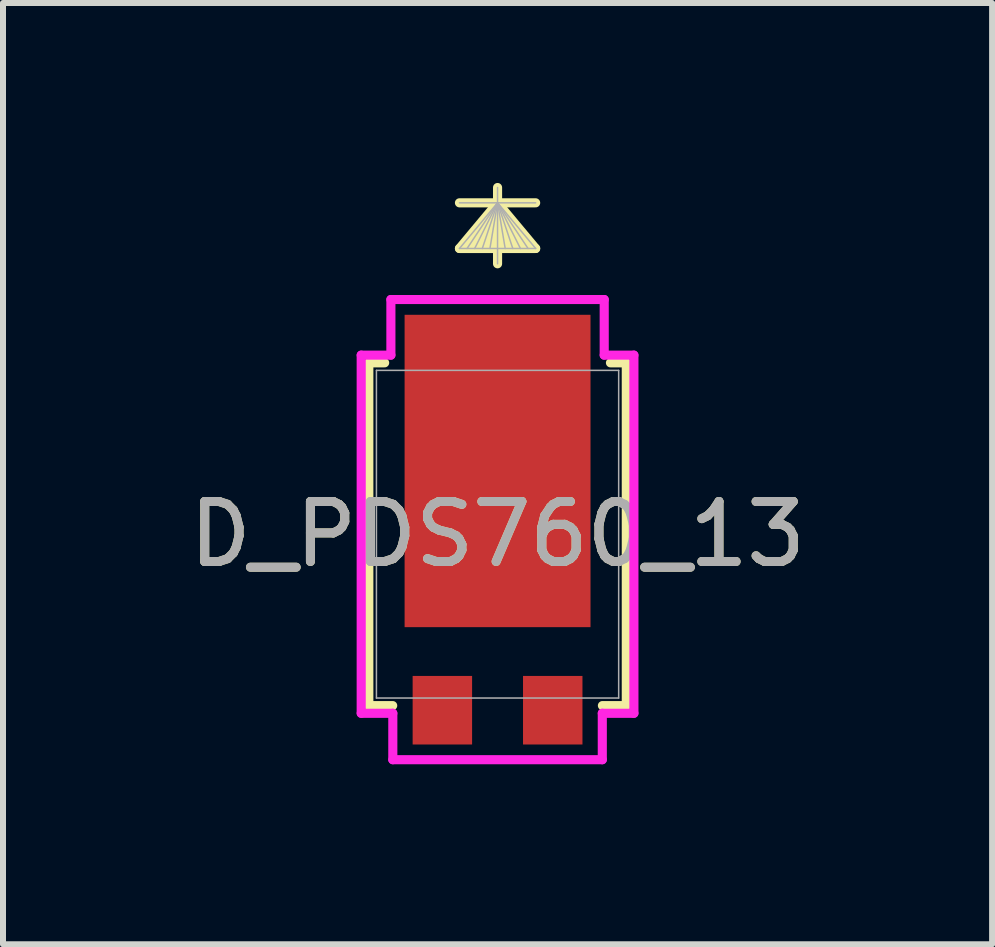
<source format=kicad_pcb>
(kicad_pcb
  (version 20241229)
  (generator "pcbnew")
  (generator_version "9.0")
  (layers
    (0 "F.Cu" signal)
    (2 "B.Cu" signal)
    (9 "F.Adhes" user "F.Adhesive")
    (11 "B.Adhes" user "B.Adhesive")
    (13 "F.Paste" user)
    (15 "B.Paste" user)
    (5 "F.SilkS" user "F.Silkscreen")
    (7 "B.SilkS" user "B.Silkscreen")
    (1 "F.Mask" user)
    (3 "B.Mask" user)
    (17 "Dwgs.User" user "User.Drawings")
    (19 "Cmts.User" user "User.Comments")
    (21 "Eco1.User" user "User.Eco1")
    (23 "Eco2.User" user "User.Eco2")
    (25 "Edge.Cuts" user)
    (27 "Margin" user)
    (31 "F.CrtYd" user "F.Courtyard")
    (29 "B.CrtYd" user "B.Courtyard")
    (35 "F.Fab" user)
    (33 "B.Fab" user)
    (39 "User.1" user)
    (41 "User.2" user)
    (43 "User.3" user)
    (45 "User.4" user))
  (footprint "D_PDS760_13"
    (layer "F.Cu")
    (at 5.244 5.855)
    (property "Reference" "D_PDS760_13" (at 0 0 0) (unlocked yes) (layer "F.SilkS") (effects (font (size 1 1) (thickness 0.15))))
    (attr smd)
    (fp_line (start -2.146 -2.857) (end -2.146 2.857) (stroke (width 0.152) (type solid)) (layer "F.SilkS"))
    (fp_line (start -2.146 2.857) (end -1.748 2.857) (stroke (width 0.152) (type solid)) (layer "F.SilkS"))
    (fp_line (start -1.882 -2.857) (end -2.146 -2.857) (stroke (width 0.152) (type solid)) (layer "F.SilkS"))
    (fp_line (start 0 -5.524) (end -0.635 -4.763) (stroke (width 0.152) (type solid)) (layer "F.SilkS"))
    (fp_line (start 0 -5.524) (end -0.508 -4.763) (stroke (width 0.152) (type solid)) (layer "F.SilkS"))
    (fp_line (start 0 -5.524) (end -0.381 -4.763) (stroke (width 0.152) (type solid)) (layer "F.SilkS"))
    (fp_line (start 0 -5.524) (end -0.254 -4.763) (stroke (width 0.152) (type solid)) (layer "F.SilkS"))
    (fp_line (start 0 -5.524) (end -0.127 -4.763) (stroke (width 0.152) (type solid)) (layer "F.SilkS"))
    (fp_line (start 0 -5.524) (end 0.127 -4.763) (stroke (width 0.152) (type solid)) (layer "F.SilkS"))
    (fp_line (start 0 -5.524) (end 0.254 -4.763) (stroke (width 0.152) (type solid)) (layer "F.SilkS"))
    (fp_line (start 0 -5.524) (end 0.381 -4.763) (stroke (width 0.152) (type solid)) (layer "F.SilkS"))
    (fp_line (start 0 -5.524) (end 0.508 -4.763) (stroke (width 0.152) (type solid)) (layer "F.SilkS"))
    (fp_line (start 0 -5.524) (end 0.635 -4.763) (stroke (width 0.152) (type solid)) (layer "F.SilkS"))
    (fp_line (start 0 -4.508) (end 0 -5.779) (stroke (width 0.152) (type solid)) (layer "F.SilkS"))
    (fp_line (start 0.635 -5.524) (end -0.635 -5.524) (stroke (width 0.152) (type solid)) (layer "F.SilkS"))
    (fp_line (start 0.635 -4.763) (end -0.635 -4.763) (stroke (width 0.152) (type solid)) (layer "F.SilkS"))
    (fp_line (start 1.748 2.857) (end 2.146 2.857) (stroke (width 0.152) (type solid)) (layer "F.SilkS"))
    (fp_line (start 2.146 -2.857) (end 1.882 -2.857) (stroke (width 0.152) (type solid)) (layer "F.SilkS"))
    (fp_line (start 2.146 2.857) (end 2.146 -2.857) (stroke (width 0.152) (type solid)) (layer "F.SilkS"))
    (fp_line (start -2.273 -2.985) (end -1.778 -2.985) (stroke (width 0.152) (type solid)) (layer "F.CrtYd"))
    (fp_line (start -2.273 2.985) (end -2.273 -2.985) (stroke (width 0.152) (type solid)) (layer "F.CrtYd"))
    (fp_line (start -1.778 -3.912) (end -1.778 -2.985) (stroke (width 0.152) (type solid)) (layer "F.CrtYd"))
    (fp_line (start -1.778 -3.912) (end 1.778 -3.912) (stroke (width 0.152) (type solid)) (layer "F.CrtYd"))
    (fp_line (start -1.746 2.985) (end -2.273 2.985) (stroke (width 0.152) (type solid)) (layer "F.CrtYd"))
    (fp_line (start -1.746 2.985) (end -1.746 3.759) (stroke (width 0.152) (type solid)) (layer "F.CrtYd"))
    (fp_line (start -1.746 3.759) (end 1.746 3.759) (stroke (width 0.152) (type solid)) (layer "F.CrtYd"))
    (fp_line (start 1.746 2.985) (end 1.746 3.759) (stroke (width 0.152) (type solid)) (layer "F.CrtYd"))
    (fp_line (start 1.778 -3.912) (end 1.778 -2.985) (stroke (width 0.152) (type solid)) (layer "F.CrtYd"))
    (fp_line (start 2.273 -2.985) (end 1.778 -2.985) (stroke (width 0.152) (type solid)) (layer "F.CrtYd"))
    (fp_line (start 2.273 -2.985) (end 2.273 2.985) (stroke (width 0.152) (type solid)) (layer "F.CrtYd"))
    (fp_line (start 2.273 2.985) (end 1.746 2.985) (stroke (width 0.152) (type solid)) (layer "F.CrtYd"))
    (fp_line (start -2.019 -2.731) (end -2.019 2.731) (stroke (width 0.025) (type solid)) (layer "F.Fab"))
    (fp_line (start -2.019 2.731) (end 2.019 2.731) (stroke (width 0.025) (type solid)) (layer "F.Fab"))
    (fp_line (start 0 -5.524) (end -0.635 -4.763) (stroke (width 0.025) (type solid)) (layer "F.Fab"))
    (fp_line (start 0 -5.524) (end -0.508 -4.763) (stroke (width 0.025) (type solid)) (layer "F.Fab"))
    (fp_line (start 0 -5.524) (end -0.381 -4.763) (stroke (width 0.025) (type solid)) (layer "F.Fab"))
    (fp_line (start 0 -5.524) (end -0.254 -4.763) (stroke (width 0.025) (type solid)) (layer "F.Fab"))
    (fp_line (start 0 -5.524) (end -0.127 -4.763) (stroke (width 0.025) (type solid)) (layer "F.Fab"))
    (fp_line (start 0 -5.524) (end 0.127 -4.763) (stroke (width 0.025) (type solid)) (layer "F.Fab"))
    (fp_line (start 0 -5.524) (end 0.254 -4.763) (stroke (width 0.025) (type solid)) (layer "F.Fab"))
    (fp_line (start 0 -5.524) (end 0.381 -4.763) (stroke (width 0.025) (type solid)) (layer "F.Fab"))
    (fp_line (start 0 -5.524) (end 0.508 -4.763) (stroke (width 0.025) (type solid)) (layer "F.Fab"))
    (fp_line (start 0 -5.524) (end 0.635 -4.763) (stroke (width 0.025) (type solid)) (layer "F.Fab"))
    (fp_line (start 0 -4.508) (end 0 -5.779) (stroke (width 0.025) (type solid)) (layer "F.Fab"))
    (fp_line (start 0.635 -5.524) (end -0.635 -5.524) (stroke (width 0.025) (type solid)) (layer "F.Fab"))
    (fp_line (start 0.635 -4.763) (end -0.635 -4.763) (stroke (width 0.025) (type solid)) (layer "F.Fab"))
    (fp_line (start 2.019 -2.731) (end -2.019 -2.731) (stroke (width 0.025) (type solid)) (layer "F.Fab"))
    (fp_line (start 2.019 2.731) (end 2.019 -2.731) (stroke (width 0.025) (type solid)) (layer "F.Fab"))
    (fp_text user "${REFERENCE}" (at 0 0 0) (unlocked yes) (layer "F.Fab") (effects (font (size 1 1) (thickness 0.15))))
    (pad "1" smd rect (at 0 -1.054 90) (size 5.207 3.099) (layers "F.Cu" "F.Mask" "F.Paste"))
    (pad "2" smd rect (at -0.92 2.934 90) (size 1.143 0.991) (layers "F.Cu" "F.Mask" "F.Paste"))
    (pad "2" smd rect (at 0.92 2.934 90) (size 1.143 0.991) (layers "F.Cu" "F.Mask" "F.Paste")))
  (gr_rect
    (start -3 -3)
    (end 13.488 12.69)
    (stroke (width 0.1) (type default))
    (fill no)
    (layer "Edge.Cuts")))
</source>
